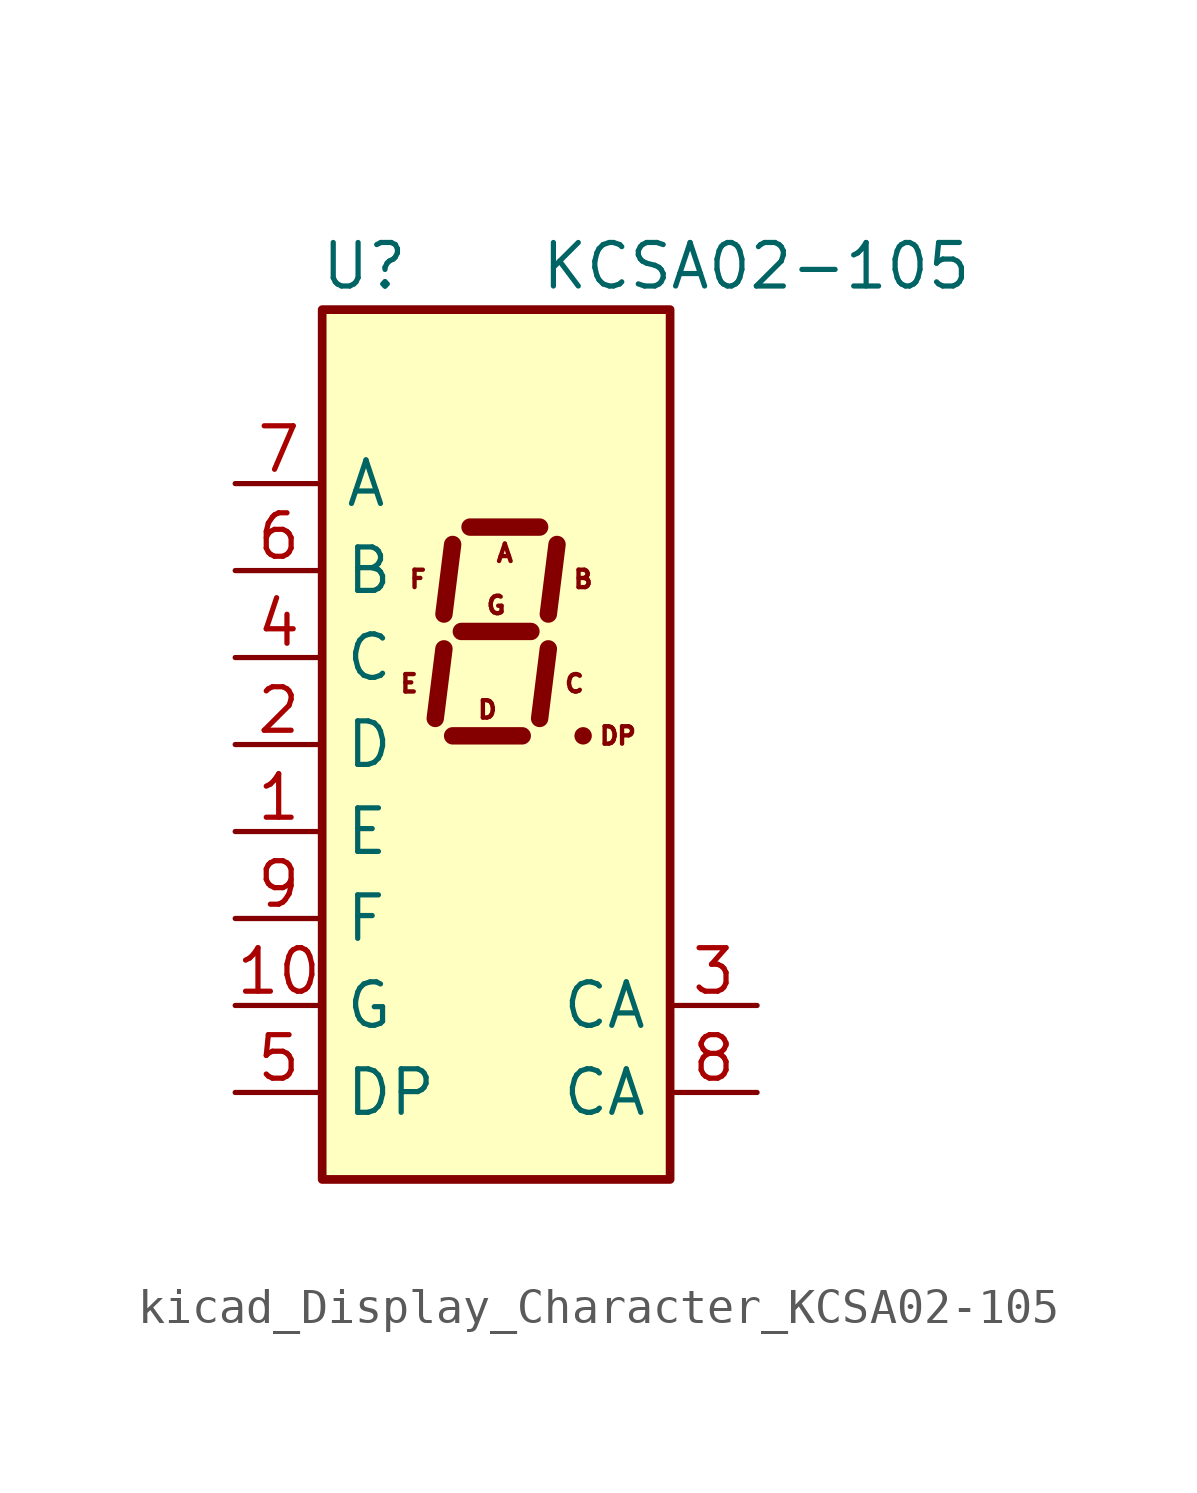
<source format=kicad_sym>
(kicad_symbol_lib
  (version 20220914)
  (generator kicad_symbol_editor)
  (symbol "kicad_Display_Character_KCSA02-105"
    (pin_names
      (offset 0.635))
    (property "Reference" "U"
      (at -2.54 13.97 0)
      (effects (font (size 1.27 1.27)) (justify right)))
    (property "Value" "KCSA02-105"
      (at 1.27 13.97 0)
      (effects (font (size 1.27 1.27)) (justify left)))
    (symbol "kicad_Display_Character_KCSA02-105_0_0"
      (text "A" (at 0.254 5.588 0) (effects (font (size 0.508 0.508))))
      (text "B" (at 2.54 4.826 0) (effects (font (size 0.508 0.508))))
      (text "C" (at 2.286 1.778 0) (effects (font (size 0.508 0.508))))
      (text "D" (at -0.254 1.016 0) (effects (font (size 0.508 0.508))))
      (text "DP" (at 3.556 0.254 0) (effects (font (size 0.508 0.508))))
      (text "E" (at -2.54 1.778 0) (effects (font (size 0.508 0.508))))
      (text "F" (at -2.286 4.826 0) (effects (font (size 0.508 0.508))))
      (text "G" (at 0 4.064 0) (effects (font (size 0.508 0.508)))))
    (symbol "kicad_Display_Character_KCSA02-105_0_1"
      (rectangle (start -5.08 12.7) (end 5.08 -12.7) (stroke (width 0.254) (type default)) (fill (type background)))
      (polyline (pts (xy -1.524 2.794) (xy -1.778 0.762)) (stroke (width 0.508) (type default)) (fill (type none)))
      (polyline (pts (xy -1.27 0.254) (xy 0.762 0.254)) (stroke (width 0.508) (type default)) (fill (type none)))
      (polyline (pts (xy -1.27 5.842) (xy -1.524 3.81)) (stroke (width 0.508) (type default)) (fill (type none)))
      (polyline (pts (xy -1.016 3.302) (xy 1.016 3.302)) (stroke (width 0.508) (type default)) (fill (type none)))
      (polyline (pts (xy -0.762 6.35) (xy 1.27 6.35)) (stroke (width 0.508) (type default)) (fill (type none)))
      (polyline (pts (xy 1.524 2.794) (xy 1.27 0.762)) (stroke (width 0.508) (type default)) (fill (type none)))
      (polyline (pts (xy 1.778 5.842) (xy 1.524 3.81)) (stroke (width 0.508) (type default)) (fill (type none)))
      (polyline (pts (xy 2.54 0.254) (xy 2.54 0.254)) (stroke (width 0.508) (type default)) (fill (type none))))
    (symbol "kicad_Display_Character_KCSA02-105_1_1"
      (pin input line (at -7.62 -2.54 0) (length 2.54) (name "E" (effects (font (size 1.27 1.27)))) (number "1" (effects (font (size 1.27 1.27)))))
      (pin input line (at -7.62 -7.62 0) (length 2.54) (name "G" (effects (font (size 1.27 1.27)))) (number "10" (effects (font (size 1.27 1.27)))))
      (pin input line (at -7.62 0 0) (length 2.54) (name "D" (effects (font (size 1.27 1.27)))) (number "2" (effects (font (size 1.27 1.27)))))
      (pin input line (at 7.62 -7.62 180) (length 2.54) (name "CA" (effects (font (size 1.27 1.27)))) (number "3" (effects (font (size 1.27 1.27)))))
      (pin input line (at -7.62 2.54 0) (length 2.54) (name "C" (effects (font (size 1.27 1.27)))) (number "4" (effects (font (size 1.27 1.27)))))
      (pin input line (at -7.62 -10.16 0) (length 2.54) (name "DP" (effects (font (size 1.27 1.27)))) (number "5" (effects (font (size 1.27 1.27)))))
      (pin input line (at -7.62 5.08 0) (length 2.54) (name "B" (effects (font (size 1.27 1.27)))) (number "6" (effects (font (size 1.27 1.27)))))
      (pin input line (at -7.62 7.62 0) (length 2.54) (name "A" (effects (font (size 1.27 1.27)))) (number "7" (effects (font (size 1.27 1.27)))))
      (pin input line (at 7.62 -10.16 180) (length 2.54) (name "CA" (effects (font (size 1.27 1.27)))) (number "8" (effects (font (size 1.27 1.27)))))
      (pin input line (at -7.62 -5.08 0) (length 2.54) (name "F" (effects (font (size 1.27 1.27)))) (number "9" (effects (font (size 1.27 1.27))))))))
</source>
